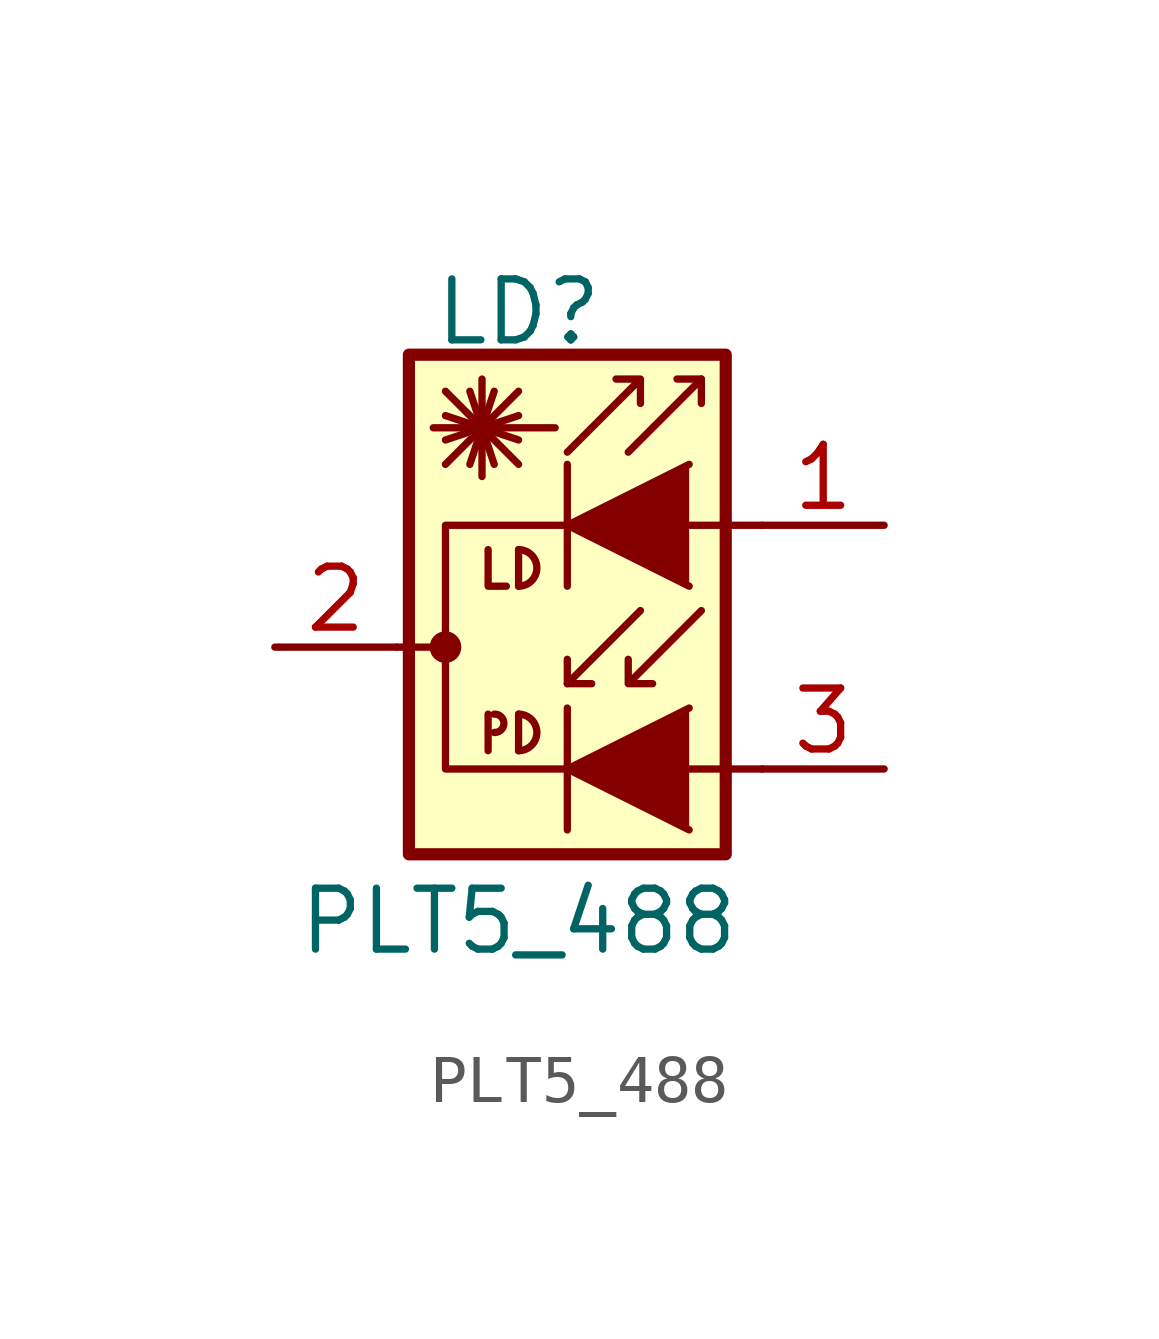
<source format=kicad_sym>
(kicad_symbol_lib
  (version 20201005)
  (generator kicad_symbol_editor)
  (symbol "Diode_Laser:PLT5_488"
    (pin_names
      (offset 1.016) hide)
    (property "Reference" "LD"
      (at 0 6.985 0)
      (effects (font (size 1.27 1.27))))
    (property "Value" "PLT5_488"
      (at 0 -5.715 0)
      (effects (font (size 1.27 1.27))))
    (symbol "PLT5_488_0_1"
      (arc (start -0.508 -1.778) (end -0.508 -1.397) (radius (at -0.508 -1.6002) (length 0.1778) (angles -89.9 89.9)) (stroke (width 0)) (fill (type none)))
      (arc (start 0 -2.159) (end 0 -1.397) (radius (at 0 -1.778) (length 0.381) (angles -89.9 89.9)) (stroke (width 0)) (fill (type none)))
      (arc (start 0 1.27) (end 0 2.032) (radius (at 0 1.651) (length 0.381) (angles -89.9 89.9)) (stroke (width 0)) (fill (type none)))
      (circle (center -1.524 0) (radius 0.254) (stroke (width 0)) (fill (type outline)))
      (rectangle (start 4.318 6.096) (end -2.286 -4.318) (stroke (width 0.254)) (fill (type background)))
      (polyline (pts (xy -2.54 0) (xy -1.524 0)) (stroke (width 0)) (fill (type none)))
      (polyline (pts (xy -1.524 3.81) (xy 0 5.334)) (stroke (width 0)) (fill (type none)))
      (polyline (pts (xy -1.524 4.318) (xy 0 4.826)) (stroke (width 0)) (fill (type none)))
      (polyline (pts (xy -1.524 4.826) (xy 0 4.318)) (stroke (width 0)) (fill (type none)))
      (polyline (pts (xy -1.524 5.334) (xy 0 3.81)) (stroke (width 0)) (fill (type none)))
      (polyline (pts (xy -1.016 5.334) (xy -0.508 3.81)) (stroke (width 0)) (fill (type none)))
      (polyline (pts (xy -0.762 4.572) (xy -0.762 3.556)) (stroke (width 0)) (fill (type none)))
      (polyline (pts (xy -0.762 4.572) (xy -0.762 5.588)) (stroke (width 0)) (fill (type none)))
      (polyline (pts (xy -0.635 -1.397) (xy -0.635 -2.159)) (stroke (width 0)) (fill (type none)))
      (polyline (pts (xy -0.508 5.334) (xy -1.016 3.81)) (stroke (width 0)) (fill (type none)))
      (polyline (pts (xy 0 -1.397) (xy 0 -2.159)) (stroke (width 0)) (fill (type none)))
      (polyline (pts (xy 0 2.032) (xy 0 1.27)) (stroke (width 0)) (fill (type none)))
      (polyline (pts (xy 0.762 4.572) (xy -1.778 4.572)) (stroke (width 0)) (fill (type none)))
      (polyline (pts (xy 1.016 -1.27) (xy 1.016 -3.81)) (stroke (width 0.152)) (fill (type none)))
      (polyline (pts (xy 1.016 -0.762) (xy 1.524 -0.762)) (stroke (width 0)) (fill (type none)))
      (polyline (pts (xy 1.016 3.81) (xy 1.016 1.27)) (stroke (width 0.152)) (fill (type none)))
      (polyline (pts (xy 3.81 5.588) (xy 3.302 5.588)) (stroke (width 0)) (fill (type none)))
      (polyline (pts (xy -0.635 2.032) (xy -0.635 1.27) (xy -0.254 1.27)) (stroke (width 0)) (fill (type none)))
      (polyline (pts (xy 2.286 4.064) (xy 3.81 5.588) (xy 3.81 5.08)) (stroke (width 0)) (fill (type none)))
      (polyline (pts (xy 2.54 0.762) (xy 1.016 -0.762) (xy 1.016 -0.254)) (stroke (width 0)) (fill (type none)))
      (polyline (pts (xy 3.556 -1.27) (xy 1.016 -2.54) (xy 3.556 -3.81)) (stroke (width 0)) (fill (type outline)))
      (polyline (pts (xy 3.556 3.81) (xy 1.016 2.54) (xy 3.556 1.27)) (stroke (width 0)) (fill (type outline)))
      (polyline (pts (xy 5.08 2.54) (xy -1.524 2.54) (xy -1.524 -2.54) (xy 5.08 -2.54)) (stroke (width 0)) (fill (type none)))
      (polyline (pts (xy 1.016 4.064) (xy 2.54 5.588) (xy 2.54 5.08) (xy 2.54 5.588) (xy 2.032 5.588)) (stroke (width 0)) (fill (type none)))
      (polyline (pts (xy 3.81 0.762) (xy 2.286 -0.762) (xy 2.286 -0.254) (xy 2.286 -0.762) (xy 2.794 -0.762)) (stroke (width 0)) (fill (type none))))
    (symbol "PLT5_488_1_1"
      (pin passive line (at 7.62 2.54 180) (length 2.54) (name "~" (effects (font (size 1.27 1.27)))) (number "1" (effects (font (size 1.27 1.27)))))
      (pin passive line (at -5.08 0 0) (length 2.54) (name "~" (effects (font (size 1.27 1.27)))) (number "2" (effects (font (size 1.27 1.27)))))
      (pin passive line (at 7.62 -2.54 180) (length 2.54) (name "~" (effects (font (size 1.27 1.27)))) (number "3" (effects (font (size 1.27 1.27))))))))
</source>
